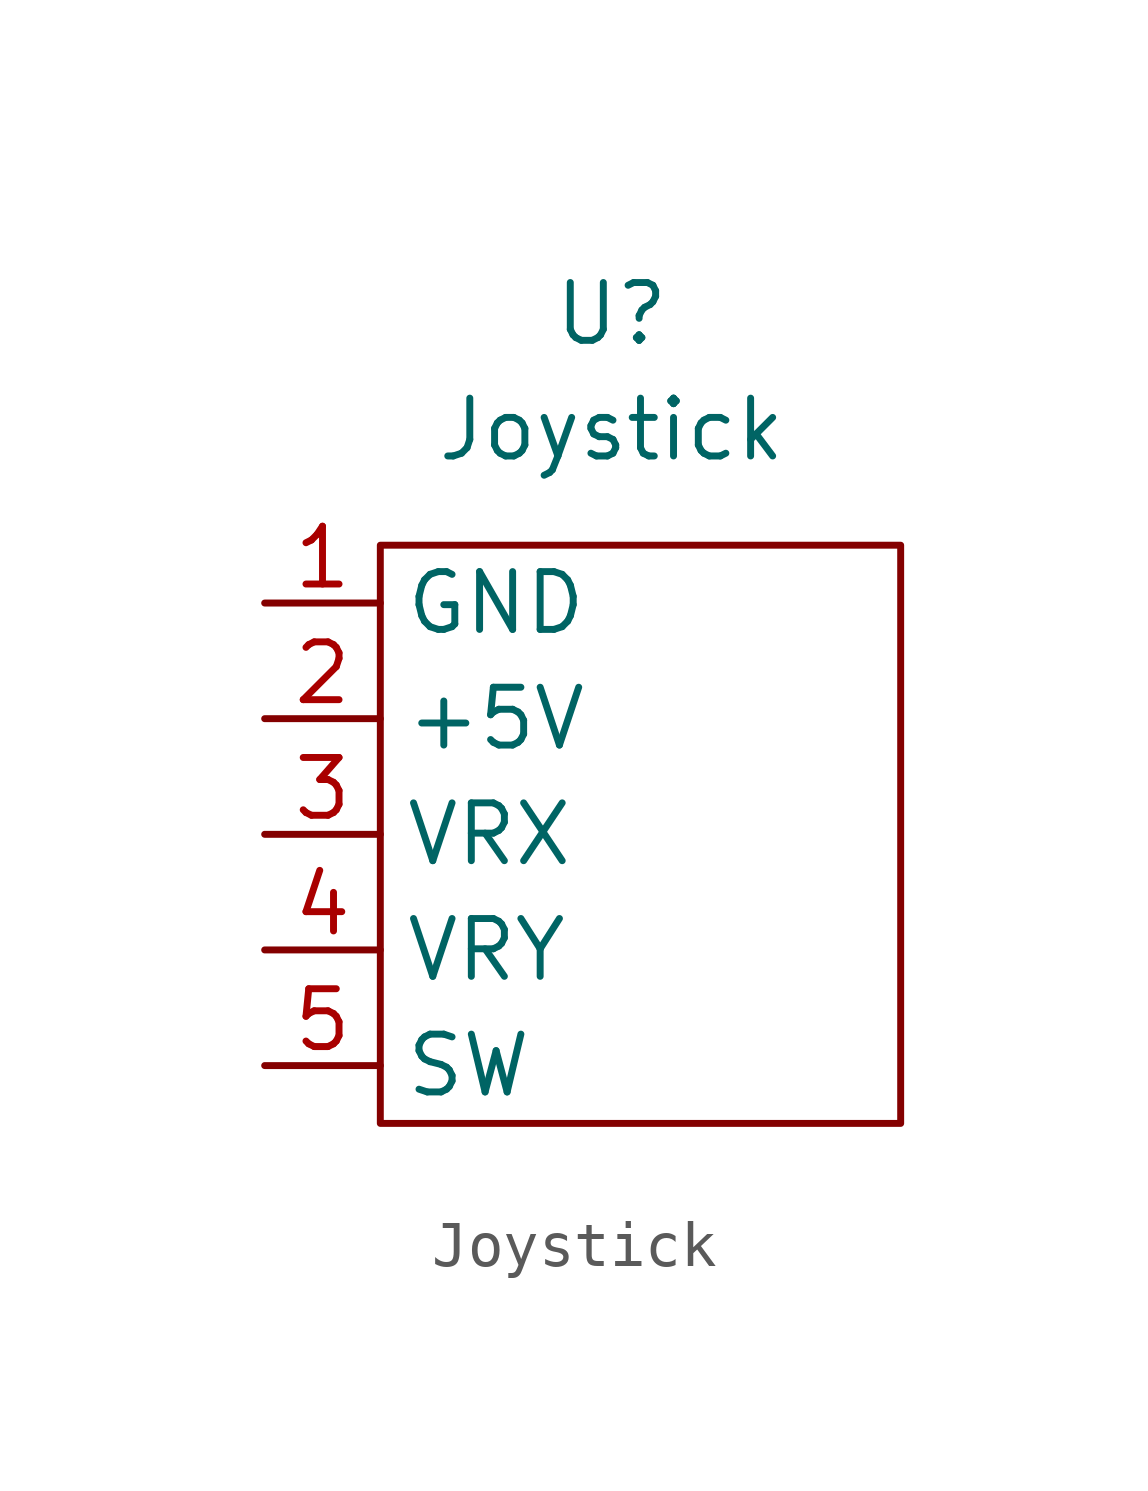
<source format=kicad_sym>
(kicad_symbol_lib
  (version 20211014)
  (generator kicad_symbol_editor)
  (symbol "Joystick"
    (property "Reference" "U"
      (at 0 8.89 0)
      (effects (font (size 1.27 1.27))))
    (property "Value" "Joystick"
      (at 0 6.35 0)
      (effects (font (size 1.27 1.27))))
    (symbol "Joystick_0_1"
      (rectangle (start -5.08 3.81) (end 6.35 -8.89) (stroke (width 0) (type default) (color 0 0 0 0)) (fill (type none))))
    (symbol "Joystick_1_1"
      (pin input line (at -7.62 2.54 0) (length 2.54) (name "GND" (effects (font (size 1.27 1.27)))) (number "1" (effects (font (size 1.27 1.27)))))
      (pin input line (at -7.62 0 0) (length 2.54) (name "+5V" (effects (font (size 1.27 1.27)))) (number "2" (effects (font (size 1.27 1.27)))))
      (pin input line (at -7.62 -2.54 0) (length 2.54) (name "VRX" (effects (font (size 1.27 1.27)))) (number "3" (effects (font (size 1.27 1.27)))))
      (pin input line (at -7.62 -5.08 0) (length 2.54) (name "VRY" (effects (font (size 1.27 1.27)))) (number "4" (effects (font (size 1.27 1.27)))))
      (pin input line (at -7.62 -7.62 0) (length 2.54) (name "SW" (effects (font (size 1.27 1.27)))) (number "5" (effects (font (size 1.27 1.27))))))))
</source>
